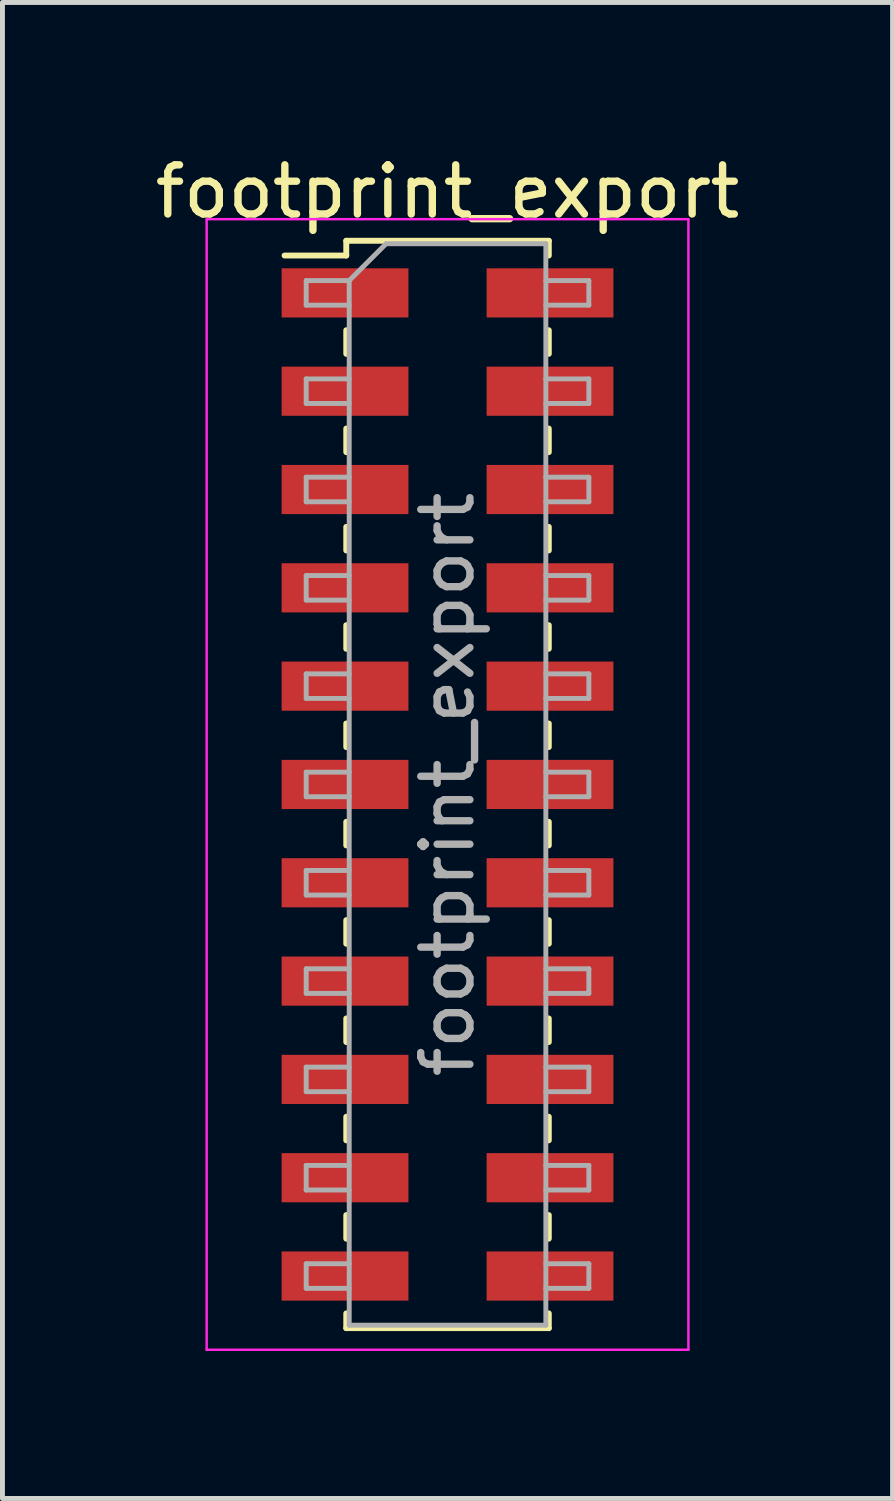
<source format=kicad_pcb>
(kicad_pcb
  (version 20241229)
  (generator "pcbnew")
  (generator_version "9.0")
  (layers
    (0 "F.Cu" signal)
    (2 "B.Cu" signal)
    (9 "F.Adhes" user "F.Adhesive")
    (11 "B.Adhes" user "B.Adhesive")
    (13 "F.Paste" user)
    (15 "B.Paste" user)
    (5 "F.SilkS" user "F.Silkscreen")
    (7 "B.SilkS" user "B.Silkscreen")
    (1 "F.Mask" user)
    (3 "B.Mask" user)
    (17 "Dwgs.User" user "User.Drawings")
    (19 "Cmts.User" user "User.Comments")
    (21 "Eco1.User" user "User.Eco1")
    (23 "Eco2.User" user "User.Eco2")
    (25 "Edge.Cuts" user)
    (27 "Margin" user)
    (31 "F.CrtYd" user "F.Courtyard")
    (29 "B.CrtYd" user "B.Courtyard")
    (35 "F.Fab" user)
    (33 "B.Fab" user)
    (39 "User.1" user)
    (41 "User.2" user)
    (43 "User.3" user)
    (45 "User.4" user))
  (footprint "footprint_export"
    (layer "F.Cu")
    (at 6.054 12.908)
    (property "Reference" "footprint_export" (at 0 -12.06 0) (layer "F.SilkS") (effects (font (size 1 1) (thickness 0.15))))
    (attr smd)
    (fp_line (start -3.315 -10.76) (end -2.06 -10.76) (stroke (width 0.12) (type solid)) (layer "F.SilkS"))
    (fp_line (start -2.06 -11.06) (end -2.06 -10.76) (stroke (width 0.12) (type solid)) (layer "F.SilkS"))
    (fp_line (start -2.06 -11.06) (end 2.06 -11.06) (stroke (width 0.12) (type solid)) (layer "F.SilkS"))
    (fp_line (start -2.06 -9.24) (end -2.06 -8.76) (stroke (width 0.12) (type solid)) (layer "F.SilkS"))
    (fp_line (start -2.06 -7.24) (end -2.06 -6.76) (stroke (width 0.12) (type solid)) (layer "F.SilkS"))
    (fp_line (start -2.06 -5.24) (end -2.06 -4.76) (stroke (width 0.12) (type solid)) (layer "F.SilkS"))
    (fp_line (start -2.06 -3.24) (end -2.06 -2.76) (stroke (width 0.12) (type solid)) (layer "F.SilkS"))
    (fp_line (start -2.06 -1.24) (end -2.06 -0.76) (stroke (width 0.12) (type solid)) (layer "F.SilkS"))
    (fp_line (start -2.06 0.76) (end -2.06 1.24) (stroke (width 0.12) (type solid)) (layer "F.SilkS"))
    (fp_line (start -2.06 2.76) (end -2.06 3.24) (stroke (width 0.12) (type solid)) (layer "F.SilkS"))
    (fp_line (start -2.06 4.76) (end -2.06 5.24) (stroke (width 0.12) (type solid)) (layer "F.SilkS"))
    (fp_line (start -2.06 6.76) (end -2.06 7.24) (stroke (width 0.12) (type solid)) (layer "F.SilkS"))
    (fp_line (start -2.06 8.76) (end -2.06 9.24) (stroke (width 0.12) (type solid)) (layer "F.SilkS"))
    (fp_line (start -2.06 10.76) (end -2.06 11.06) (stroke (width 0.12) (type solid)) (layer "F.SilkS"))
    (fp_line (start -2.06 11.06) (end 2.06 11.06) (stroke (width 0.12) (type solid)) (layer "F.SilkS"))
    (fp_line (start 2.06 -11.06) (end 2.06 -10.76) (stroke (width 0.12) (type solid)) (layer "F.SilkS"))
    (fp_line (start 2.06 -9.24) (end 2.06 -8.76) (stroke (width 0.12) (type solid)) (layer "F.SilkS"))
    (fp_line (start 2.06 -7.24) (end 2.06 -6.76) (stroke (width 0.12) (type solid)) (layer "F.SilkS"))
    (fp_line (start 2.06 -5.24) (end 2.06 -4.76) (stroke (width 0.12) (type solid)) (layer "F.SilkS"))
    (fp_line (start 2.06 -3.24) (end 2.06 -2.76) (stroke (width 0.12) (type solid)) (layer "F.SilkS"))
    (fp_line (start 2.06 -1.24) (end 2.06 -0.76) (stroke (width 0.12) (type solid)) (layer "F.SilkS"))
    (fp_line (start 2.06 0.76) (end 2.06 1.24) (stroke (width 0.12) (type solid)) (layer "F.SilkS"))
    (fp_line (start 2.06 2.76) (end 2.06 3.24) (stroke (width 0.12) (type solid)) (layer "F.SilkS"))
    (fp_line (start 2.06 4.76) (end 2.06 5.24) (stroke (width 0.12) (type solid)) (layer "F.SilkS"))
    (fp_line (start 2.06 6.76) (end 2.06 7.24) (stroke (width 0.12) (type solid)) (layer "F.SilkS"))
    (fp_line (start 2.06 8.76) (end 2.06 9.24) (stroke (width 0.12) (type solid)) (layer "F.SilkS"))
    (fp_line (start 2.06 10.76) (end 2.06 11.06) (stroke (width 0.12) (type solid)) (layer "F.SilkS"))
    (fp_line (start -4.9 -11.5) (end -4.9 11.5) (stroke (width 0.05) (type solid)) (layer "F.CrtYd"))
    (fp_line (start -4.9 11.5) (end 4.9 11.5) (stroke (width 0.05) (type solid)) (layer "F.CrtYd"))
    (fp_line (start 4.9 -11.5) (end -4.9 -11.5) (stroke (width 0.05) (type solid)) (layer "F.CrtYd"))
    (fp_line (start 4.9 11.5) (end 4.9 -11.5) (stroke (width 0.05) (type solid)) (layer "F.CrtYd"))
    (fp_line (start -2.875 -10.25) (end -2.875 -9.75) (stroke (width 0.1) (type solid)) (layer "F.Fab"))
    (fp_line (start -2.875 -9.75) (end -2 -9.75) (stroke (width 0.1) (type solid)) (layer "F.Fab"))
    (fp_line (start -2.875 -8.25) (end -2.875 -7.75) (stroke (width 0.1) (type solid)) (layer "F.Fab"))
    (fp_line (start -2.875 -7.75) (end -2 -7.75) (stroke (width 0.1) (type solid)) (layer "F.Fab"))
    (fp_line (start -2.875 -6.25) (end -2.875 -5.75) (stroke (width 0.1) (type solid)) (layer "F.Fab"))
    (fp_line (start -2.875 -5.75) (end -2 -5.75) (stroke (width 0.1) (type solid)) (layer "F.Fab"))
    (fp_line (start -2.875 -4.25) (end -2.875 -3.75) (stroke (width 0.1) (type solid)) (layer "F.Fab"))
    (fp_line (start -2.875 -3.75) (end -2 -3.75) (stroke (width 0.1) (type solid)) (layer "F.Fab"))
    (fp_line (start -2.875 -2.25) (end -2.875 -1.75) (stroke (width 0.1) (type solid)) (layer "F.Fab"))
    (fp_line (start -2.875 -1.75) (end -2 -1.75) (stroke (width 0.1) (type solid)) (layer "F.Fab"))
    (fp_line (start -2.875 -0.25) (end -2.875 0.25) (stroke (width 0.1) (type solid)) (layer "F.Fab"))
    (fp_line (start -2.875 0.25) (end -2 0.25) (stroke (width 0.1) (type solid)) (layer "F.Fab"))
    (fp_line (start -2.875 1.75) (end -2.875 2.25) (stroke (width 0.1) (type solid)) (layer "F.Fab"))
    (fp_line (start -2.875 2.25) (end -2 2.25) (stroke (width 0.1) (type solid)) (layer "F.Fab"))
    (fp_line (start -2.875 3.75) (end -2.875 4.25) (stroke (width 0.1) (type solid)) (layer "F.Fab"))
    (fp_line (start -2.875 4.25) (end -2 4.25) (stroke (width 0.1) (type solid)) (layer "F.Fab"))
    (fp_line (start -2.875 5.75) (end -2.875 6.25) (stroke (width 0.1) (type solid)) (layer "F.Fab"))
    (fp_line (start -2.875 6.25) (end -2 6.25) (stroke (width 0.1) (type solid)) (layer "F.Fab"))
    (fp_line (start -2.875 7.75) (end -2.875 8.25) (stroke (width 0.1) (type solid)) (layer "F.Fab"))
    (fp_line (start -2.875 8.25) (end -2 8.25) (stroke (width 0.1) (type solid)) (layer "F.Fab"))
    (fp_line (start -2.875 9.75) (end -2.875 10.25) (stroke (width 0.1) (type solid)) (layer "F.Fab"))
    (fp_line (start -2.875 10.25) (end -2 10.25) (stroke (width 0.1) (type solid)) (layer "F.Fab"))
    (fp_line (start -2 -10.25) (end -2.875 -10.25) (stroke (width 0.1) (type solid)) (layer "F.Fab"))
    (fp_line (start -2 -10.25) (end -1.25 -11) (stroke (width 0.1) (type solid)) (layer "F.Fab"))
    (fp_line (start -2 -8.25) (end -2.875 -8.25) (stroke (width 0.1) (type solid)) (layer "F.Fab"))
    (fp_line (start -2 -6.25) (end -2.875 -6.25) (stroke (width 0.1) (type solid)) (layer "F.Fab"))
    (fp_line (start -2 -4.25) (end -2.875 -4.25) (stroke (width 0.1) (type solid)) (layer "F.Fab"))
    (fp_line (start -2 -2.25) (end -2.875 -2.25) (stroke (width 0.1) (type solid)) (layer "F.Fab"))
    (fp_line (start -2 -0.25) (end -2.875 -0.25) (stroke (width 0.1) (type solid)) (layer "F.Fab"))
    (fp_line (start -2 1.75) (end -2.875 1.75) (stroke (width 0.1) (type solid)) (layer "F.Fab"))
    (fp_line (start -2 3.75) (end -2.875 3.75) (stroke (width 0.1) (type solid)) (layer "F.Fab"))
    (fp_line (start -2 5.75) (end -2.875 5.75) (stroke (width 0.1) (type solid)) (layer "F.Fab"))
    (fp_line (start -2 7.75) (end -2.875 7.75) (stroke (width 0.1) (type solid)) (layer "F.Fab"))
    (fp_line (start -2 9.75) (end -2.875 9.75) (stroke (width 0.1) (type solid)) (layer "F.Fab"))
    (fp_line (start -2 11) (end -2 -10.25) (stroke (width 0.1) (type solid)) (layer "F.Fab"))
    (fp_line (start -1.25 -11) (end 2 -11) (stroke (width 0.1) (type solid)) (layer "F.Fab"))
    (fp_line (start 2 -11) (end 2 11) (stroke (width 0.1) (type solid)) (layer "F.Fab"))
    (fp_line (start 2 -10.25) (end 2.875 -10.25) (stroke (width 0.1) (type solid)) (layer "F.Fab"))
    (fp_line (start 2 -8.25) (end 2.875 -8.25) (stroke (width 0.1) (type solid)) (layer "F.Fab"))
    (fp_line (start 2 -6.25) (end 2.875 -6.25) (stroke (width 0.1) (type solid)) (layer "F.Fab"))
    (fp_line (start 2 -4.25) (end 2.875 -4.25) (stroke (width 0.1) (type solid)) (layer "F.Fab"))
    (fp_line (start 2 -2.25) (end 2.875 -2.25) (stroke (width 0.1) (type solid)) (layer "F.Fab"))
    (fp_line (start 2 -0.25) (end 2.875 -0.25) (stroke (width 0.1) (type solid)) (layer "F.Fab"))
    (fp_line (start 2 1.75) (end 2.875 1.75) (stroke (width 0.1) (type solid)) (layer "F.Fab"))
    (fp_line (start 2 3.75) (end 2.875 3.75) (stroke (width 0.1) (type solid)) (layer "F.Fab"))
    (fp_line (start 2 5.75) (end 2.875 5.75) (stroke (width 0.1) (type solid)) (layer "F.Fab"))
    (fp_line (start 2 7.75) (end 2.875 7.75) (stroke (width 0.1) (type solid)) (layer "F.Fab"))
    (fp_line (start 2 9.75) (end 2.875 9.75) (stroke (width 0.1) (type solid)) (layer "F.Fab"))
    (fp_line (start 2 11) (end -2 11) (stroke (width 0.1) (type solid)) (layer "F.Fab"))
    (fp_line (start 2.875 -10.25) (end 2.875 -9.75) (stroke (width 0.1) (type solid)) (layer "F.Fab"))
    (fp_line (start 2.875 -9.75) (end 2 -9.75) (stroke (width 0.1) (type solid)) (layer "F.Fab"))
    (fp_line (start 2.875 -8.25) (end 2.875 -7.75) (stroke (width 0.1) (type solid)) (layer "F.Fab"))
    (fp_line (start 2.875 -7.75) (end 2 -7.75) (stroke (width 0.1) (type solid)) (layer "F.Fab"))
    (fp_line (start 2.875 -6.25) (end 2.875 -5.75) (stroke (width 0.1) (type solid)) (layer "F.Fab"))
    (fp_line (start 2.875 -5.75) (end 2 -5.75) (stroke (width 0.1) (type solid)) (layer "F.Fab"))
    (fp_line (start 2.875 -4.25) (end 2.875 -3.75) (stroke (width 0.1) (type solid)) (layer "F.Fab"))
    (fp_line (start 2.875 -3.75) (end 2 -3.75) (stroke (width 0.1) (type solid)) (layer "F.Fab"))
    (fp_line (start 2.875 -2.25) (end 2.875 -1.75) (stroke (width 0.1) (type solid)) (layer "F.Fab"))
    (fp_line (start 2.875 -1.75) (end 2 -1.75) (stroke (width 0.1) (type solid)) (layer "F.Fab"))
    (fp_line (start 2.875 -0.25) (end 2.875 0.25) (stroke (width 0.1) (type solid)) (layer "F.Fab"))
    (fp_line (start 2.875 0.25) (end 2 0.25) (stroke (width 0.1) (type solid)) (layer "F.Fab"))
    (fp_line (start 2.875 1.75) (end 2.875 2.25) (stroke (width 0.1) (type solid)) (layer "F.Fab"))
    (fp_line (start 2.875 2.25) (end 2 2.25) (stroke (width 0.1) (type solid)) (layer "F.Fab"))
    (fp_line (start 2.875 3.75) (end 2.875 4.25) (stroke (width 0.1) (type solid)) (layer "F.Fab"))
    (fp_line (start 2.875 4.25) (end 2 4.25) (stroke (width 0.1) (type solid)) (layer "F.Fab"))
    (fp_line (start 2.875 5.75) (end 2.875 6.25) (stroke (width 0.1) (type solid)) (layer "F.Fab"))
    (fp_line (start 2.875 6.25) (end 2 6.25) (stroke (width 0.1) (type solid)) (layer "F.Fab"))
    (fp_line (start 2.875 7.75) (end 2.875 8.25) (stroke (width 0.1) (type solid)) (layer "F.Fab"))
    (fp_line (start 2.875 8.25) (end 2 8.25) (stroke (width 0.1) (type solid)) (layer "F.Fab"))
    (fp_line (start 2.875 9.75) (end 2.875 10.25) (stroke (width 0.1) (type solid)) (layer "F.Fab"))
    (fp_line (start 2.875 10.25) (end 2 10.25) (stroke (width 0.1) (type solid)) (layer "F.Fab"))
    (fp_text user "${REFERENCE}" (at 0 0 90) (layer "F.Fab") (effects (font (size 1 1) (thickness 0.15))))
    (pad "1" smd rect (at -2.085 -10) (size 2.58 1) (layers "F.Cu" "F.Mask" "F.Paste"))
    (pad "2" smd rect (at 2.085 -10) (size 2.58 1) (layers "F.Cu" "F.Mask" "F.Paste"))
    (pad "3" smd rect (at -2.085 -8) (size 2.58 1) (layers "F.Cu" "F.Mask" "F.Paste"))
    (pad "4" smd rect (at 2.085 -8) (size 2.58 1) (layers "F.Cu" "F.Mask" "F.Paste"))
    (pad "5" smd rect (at -2.085 -6) (size 2.58 1) (layers "F.Cu" "F.Mask" "F.Paste"))
    (pad "6" smd rect (at 2.085 -6) (size 2.58 1) (layers "F.Cu" "F.Mask" "F.Paste"))
    (pad "7" smd rect (at -2.085 -4) (size 2.58 1) (layers "F.Cu" "F.Mask" "F.Paste"))
    (pad "8" smd rect (at 2.085 -4) (size 2.58 1) (layers "F.Cu" "F.Mask" "F.Paste"))
    (pad "9" smd rect (at -2.085 -2) (size 2.58 1) (layers "F.Cu" "F.Mask" "F.Paste"))
    (pad "10" smd rect (at 2.085 -2) (size 2.58 1) (layers "F.Cu" "F.Mask" "F.Paste"))
    (pad "11" smd rect (at -2.085 0) (size 2.58 1) (layers "F.Cu" "F.Mask" "F.Paste"))
    (pad "12" smd rect (at 2.085 0) (size 2.58 1) (layers "F.Cu" "F.Mask" "F.Paste"))
    (pad "13" smd rect (at -2.085 2) (size 2.58 1) (layers "F.Cu" "F.Mask" "F.Paste"))
    (pad "14" smd rect (at 2.085 2) (size 2.58 1) (layers "F.Cu" "F.Mask" "F.Paste"))
    (pad "15" smd rect (at -2.085 4) (size 2.58 1) (layers "F.Cu" "F.Mask" "F.Paste"))
    (pad "16" smd rect (at 2.085 4) (size 2.58 1) (layers "F.Cu" "F.Mask" "F.Paste"))
    (pad "17" smd rect (at -2.085 6) (size 2.58 1) (layers "F.Cu" "F.Mask" "F.Paste"))
    (pad "18" smd rect (at 2.085 6) (size 2.58 1) (layers "F.Cu" "F.Mask" "F.Paste"))
    (pad "19" smd rect (at -2.085 8) (size 2.58 1) (layers "F.Cu" "F.Mask" "F.Paste"))
    (pad "20" smd rect (at 2.085 8) (size 2.58 1) (layers "F.Cu" "F.Mask" "F.Paste"))
    (pad "21" smd rect (at -2.085 10) (size 2.58 1) (layers "F.Cu" "F.Mask" "F.Paste"))
    (pad "22" smd rect (at 2.085 10) (size 2.58 1) (layers "F.Cu" "F.Mask" "F.Paste")))
  (gr_rect
    (start -3 -3)
    (end 15.107 27.433)
    (stroke (width 0.1) (type default))
    (fill no)
    (layer "Edge.Cuts")))
</source>
